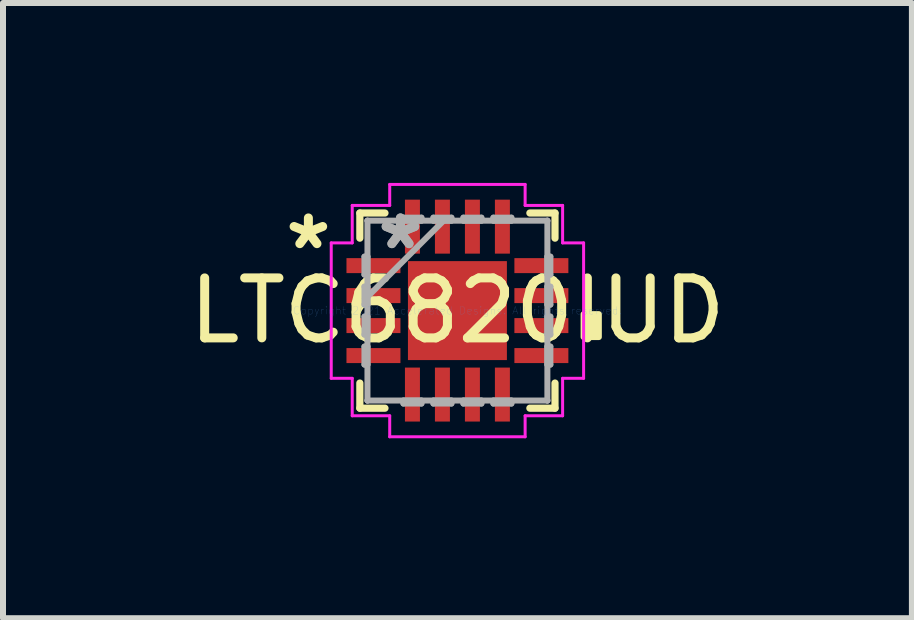
<source format=kicad_pcb>
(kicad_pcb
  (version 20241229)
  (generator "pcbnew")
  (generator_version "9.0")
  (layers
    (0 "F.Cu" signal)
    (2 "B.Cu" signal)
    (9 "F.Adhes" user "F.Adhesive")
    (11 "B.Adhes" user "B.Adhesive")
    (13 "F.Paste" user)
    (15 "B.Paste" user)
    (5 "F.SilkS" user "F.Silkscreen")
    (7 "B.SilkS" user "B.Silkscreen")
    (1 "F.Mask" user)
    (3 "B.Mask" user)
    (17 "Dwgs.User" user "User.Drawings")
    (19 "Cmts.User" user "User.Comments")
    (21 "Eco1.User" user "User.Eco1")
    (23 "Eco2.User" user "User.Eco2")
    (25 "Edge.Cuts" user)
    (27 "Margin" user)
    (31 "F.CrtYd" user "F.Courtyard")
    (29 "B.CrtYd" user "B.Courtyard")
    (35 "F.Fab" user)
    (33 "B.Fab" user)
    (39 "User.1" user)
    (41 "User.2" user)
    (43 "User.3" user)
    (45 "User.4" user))
  (footprint "LTC6820IUD"
    (layer "F.Cu")
    (at 4.577 2.129)
    (property "Reference" "LTC6820IUD" (at 0 0 0) (layer "F.SilkS") (effects (font (size 1 1) (thickness 0.15))))
    (attr through_hole)
    (fp_line (start -1.627 -1.627) (end -1.627 -1.208) (stroke (width 0.12) (type solid)) (layer "F.SilkS"))
    (fp_line (start -1.627 1.208) (end -1.627 1.627) (stroke (width 0.12) (type solid)) (layer "F.SilkS"))
    (fp_line (start -1.627 1.627) (end -1.208 1.627) (stroke (width 0.12) (type solid)) (layer "F.SilkS"))
    (fp_line (start -1.208 -1.627) (end -1.627 -1.627) (stroke (width 0.12) (type solid)) (layer "F.SilkS"))
    (fp_line (start 1.208 1.627) (end 1.627 1.627) (stroke (width 0.12) (type solid)) (layer "F.SilkS"))
    (fp_line (start 1.627 -1.627) (end 1.208 -1.627) (stroke (width 0.12) (type solid)) (layer "F.SilkS"))
    (fp_line (start 1.627 -1.208) (end 1.627 -1.627) (stroke (width 0.12) (type solid)) (layer "F.SilkS"))
    (fp_line (start 1.627 1.627) (end 1.627 1.208) (stroke (width 0.12) (type solid)) (layer "F.SilkS"))
    (fp_poly (pts (xy 2.358 0.059) (xy 2.358 0.441) (xy 2.104 0.441) (xy 2.104 0.059)) (stroke (width 0.1) (type solid)) (fill yes) (layer "F.SilkS"))
    (fp_line (start -2.104 -1.129) (end -1.754 -1.129) (stroke (width 0.05) (type solid)) (layer "F.CrtYd"))
    (fp_line (start -2.104 1.129) (end -2.104 -1.129) (stroke (width 0.05) (type solid)) (layer "F.CrtYd"))
    (fp_line (start -1.754 -1.754) (end -1.129 -1.754) (stroke (width 0.05) (type solid)) (layer "F.CrtYd"))
    (fp_line (start -1.754 -1.129) (end -1.754 -1.754) (stroke (width 0.05) (type solid)) (layer "F.CrtYd"))
    (fp_line (start -1.754 1.129) (end -2.104 1.129) (stroke (width 0.05) (type solid)) (layer "F.CrtYd"))
    (fp_line (start -1.754 1.754) (end -1.754 1.129) (stroke (width 0.05) (type solid)) (layer "F.CrtYd"))
    (fp_line (start -1.129 -2.104) (end 1.129 -2.104) (stroke (width 0.05) (type solid)) (layer "F.CrtYd"))
    (fp_line (start -1.129 -1.754) (end -1.129 -2.104) (stroke (width 0.05) (type solid)) (layer "F.CrtYd"))
    (fp_line (start -1.129 1.754) (end -1.754 1.754) (stroke (width 0.05) (type solid)) (layer "F.CrtYd"))
    (fp_line (start -1.129 2.104) (end -1.129 1.754) (stroke (width 0.05) (type solid)) (layer "F.CrtYd"))
    (fp_line (start 1.129 -2.104) (end 1.129 -1.754) (stroke (width 0.05) (type solid)) (layer "F.CrtYd"))
    (fp_line (start 1.129 -1.754) (end 1.754 -1.754) (stroke (width 0.05) (type solid)) (layer "F.CrtYd"))
    (fp_line (start 1.129 1.754) (end 1.129 2.104) (stroke (width 0.05) (type solid)) (layer "F.CrtYd"))
    (fp_line (start 1.129 2.104) (end -1.129 2.104) (stroke (width 0.05) (type solid)) (layer "F.CrtYd"))
    (fp_line (start 1.754 -1.754) (end 1.754 -1.129) (stroke (width 0.05) (type solid)) (layer "F.CrtYd"))
    (fp_line (start 1.754 -1.129) (end 2.104 -1.129) (stroke (width 0.05) (type solid)) (layer "F.CrtYd"))
    (fp_line (start 1.754 1.129) (end 1.754 1.754) (stroke (width 0.05) (type solid)) (layer "F.CrtYd"))
    (fp_line (start 1.754 1.754) (end 1.129 1.754) (stroke (width 0.05) (type solid)) (layer "F.CrtYd"))
    (fp_line (start 2.104 -1.129) (end 2.104 1.129) (stroke (width 0.05) (type solid)) (layer "F.CrtYd"))
    (fp_line (start 2.104 1.129) (end 1.754 1.129) (stroke (width 0.05) (type solid)) (layer "F.CrtYd"))
    (fp_line (start -1.55 -0.9) (end -1.55 -0.6) (stroke (width 0.1) (type solid)) (layer "F.Fab"))
    (fp_line (start -1.55 -0.6) (end -1.5 -0.6) (stroke (width 0.1) (type solid)) (layer "F.Fab"))
    (fp_line (start -1.55 -0.4) (end -1.55 -0.1) (stroke (width 0.1) (type solid)) (layer "F.Fab"))
    (fp_line (start -1.55 -0.1) (end -1.5 -0.1) (stroke (width 0.1) (type solid)) (layer "F.Fab"))
    (fp_line (start -1.55 0.1) (end -1.55 0.4) (stroke (width 0.1) (type solid)) (layer "F.Fab"))
    (fp_line (start -1.55 0.4) (end -1.5 0.4) (stroke (width 0.1) (type solid)) (layer "F.Fab"))
    (fp_line (start -1.55 0.6) (end -1.55 0.9) (stroke (width 0.1) (type solid)) (layer "F.Fab"))
    (fp_line (start -1.55 0.9) (end -1.5 0.9) (stroke (width 0.1) (type solid)) (layer "F.Fab"))
    (fp_line (start -1.5 -1.5) (end -1.5 -1.5) (stroke (width 0.1) (type solid)) (layer "F.Fab"))
    (fp_line (start -1.5 -1.5) (end -1.5 1.5) (stroke (width 0.1) (type solid)) (layer "F.Fab"))
    (fp_line (start -1.5 -0.9) (end -1.55 -0.9) (stroke (width 0.1) (type solid)) (layer "F.Fab"))
    (fp_line (start -1.5 -0.6) (end -1.5 -0.9) (stroke (width 0.1) (type solid)) (layer "F.Fab"))
    (fp_line (start -1.5 -0.4) (end -1.55 -0.4) (stroke (width 0.1) (type solid)) (layer "F.Fab"))
    (fp_line (start -1.5 -0.23) (end -0.23 -1.5) (stroke (width 0.1) (type solid)) (layer "F.Fab"))
    (fp_line (start -1.5 -0.1) (end -1.5 -0.4) (stroke (width 0.1) (type solid)) (layer "F.Fab"))
    (fp_line (start -1.5 0.1) (end -1.55 0.1) (stroke (width 0.1) (type solid)) (layer "F.Fab"))
    (fp_line (start -1.5 0.4) (end -1.5 0.1) (stroke (width 0.1) (type solid)) (layer "F.Fab"))
    (fp_line (start -1.5 0.6) (end -1.55 0.6) (stroke (width 0.1) (type solid)) (layer "F.Fab"))
    (fp_line (start -1.5 0.9) (end -1.5 0.6) (stroke (width 0.1) (type solid)) (layer "F.Fab"))
    (fp_line (start -1.5 1.5) (end -1.5 1.5) (stroke (width 0.1) (type solid)) (layer "F.Fab"))
    (fp_line (start -1.5 1.5) (end 1.5 1.5) (stroke (width 0.1) (type solid)) (layer "F.Fab"))
    (fp_line (start -0.9 -1.55) (end -0.9 -1.5) (stroke (width 0.1) (type solid)) (layer "F.Fab"))
    (fp_line (start -0.9 -1.5) (end -0.6 -1.5) (stroke (width 0.1) (type solid)) (layer "F.Fab"))
    (fp_line (start -0.9 1.5) (end -0.9 1.55) (stroke (width 0.1) (type solid)) (layer "F.Fab"))
    (fp_line (start -0.9 1.55) (end -0.6 1.55) (stroke (width 0.1) (type solid)) (layer "F.Fab"))
    (fp_line (start -0.6 -1.55) (end -0.9 -1.55) (stroke (width 0.1) (type solid)) (layer "F.Fab"))
    (fp_line (start -0.6 -1.5) (end -0.6 -1.55) (stroke (width 0.1) (type solid)) (layer "F.Fab"))
    (fp_line (start -0.6 1.5) (end -0.9 1.5) (stroke (width 0.1) (type solid)) (layer "F.Fab"))
    (fp_line (start -0.6 1.55) (end -0.6 1.5) (stroke (width 0.1) (type solid)) (layer "F.Fab"))
    (fp_line (start -0.4 -1.55) (end -0.4 -1.5) (stroke (width 0.1) (type solid)) (layer "F.Fab"))
    (fp_line (start -0.4 -1.5) (end -0.1 -1.5) (stroke (width 0.1) (type solid)) (layer "F.Fab"))
    (fp_line (start -0.4 1.5) (end -0.4 1.55) (stroke (width 0.1) (type solid)) (layer "F.Fab"))
    (fp_line (start -0.4 1.55) (end -0.1 1.55) (stroke (width 0.1) (type solid)) (layer "F.Fab"))
    (fp_line (start -0.1 -1.55) (end -0.4 -1.55) (stroke (width 0.1) (type solid)) (layer "F.Fab"))
    (fp_line (start -0.1 -1.5) (end -0.1 -1.55) (stroke (width 0.1) (type solid)) (layer "F.Fab"))
    (fp_line (start -0.1 1.5) (end -0.4 1.5) (stroke (width 0.1) (type solid)) (layer "F.Fab"))
    (fp_line (start -0.1 1.55) (end -0.1 1.5) (stroke (width 0.1) (type solid)) (layer "F.Fab"))
    (fp_line (start 0.1 -1.55) (end 0.1 -1.5) (stroke (width 0.1) (type solid)) (layer "F.Fab"))
    (fp_line (start 0.1 -1.5) (end 0.4 -1.5) (stroke (width 0.1) (type solid)) (layer "F.Fab"))
    (fp_line (start 0.1 1.5) (end 0.1 1.55) (stroke (width 0.1) (type solid)) (layer "F.Fab"))
    (fp_line (start 0.1 1.55) (end 0.4 1.55) (stroke (width 0.1) (type solid)) (layer "F.Fab"))
    (fp_line (start 0.4 -1.55) (end 0.1 -1.55) (stroke (width 0.1) (type solid)) (layer "F.Fab"))
    (fp_line (start 0.4 -1.5) (end 0.4 -1.55) (stroke (width 0.1) (type solid)) (layer "F.Fab"))
    (fp_line (start 0.4 1.5) (end 0.1 1.5) (stroke (width 0.1) (type solid)) (layer "F.Fab"))
    (fp_line (start 0.4 1.55) (end 0.4 1.5) (stroke (width 0.1) (type solid)) (layer "F.Fab"))
    (fp_line (start 0.6 -1.55) (end 0.6 -1.5) (stroke (width 0.1) (type solid)) (layer "F.Fab"))
    (fp_line (start 0.6 -1.5) (end 0.9 -1.5) (stroke (width 0.1) (type solid)) (layer "F.Fab"))
    (fp_line (start 0.6 1.5) (end 0.6 1.55) (stroke (width 0.1) (type solid)) (layer "F.Fab"))
    (fp_line (start 0.6 1.55) (end 0.9 1.55) (stroke (width 0.1) (type solid)) (layer "F.Fab"))
    (fp_line (start 0.9 -1.55) (end 0.6 -1.55) (stroke (width 0.1) (type solid)) (layer "F.Fab"))
    (fp_line (start 0.9 -1.5) (end 0.9 -1.55) (stroke (width 0.1) (type solid)) (layer "F.Fab"))
    (fp_line (start 0.9 1.5) (end 0.6 1.5) (stroke (width 0.1) (type solid)) (layer "F.Fab"))
    (fp_line (start 0.9 1.55) (end 0.9 1.5) (stroke (width 0.1) (type solid)) (layer "F.Fab"))
    (fp_line (start 1.5 -1.5) (end -1.5 -1.5) (stroke (width 0.1) (type solid)) (layer "F.Fab"))
    (fp_line (start 1.5 -1.5) (end 1.5 -1.5) (stroke (width 0.1) (type solid)) (layer "F.Fab"))
    (fp_line (start 1.5 -0.9) (end 1.5 -0.6) (stroke (width 0.1) (type solid)) (layer "F.Fab"))
    (fp_line (start 1.5 -0.6) (end 1.55 -0.6) (stroke (width 0.1) (type solid)) (layer "F.Fab"))
    (fp_line (start 1.5 -0.4) (end 1.5 -0.1) (stroke (width 0.1) (type solid)) (layer "F.Fab"))
    (fp_line (start 1.5 -0.1) (end 1.55 -0.1) (stroke (width 0.1) (type solid)) (layer "F.Fab"))
    (fp_line (start 1.5 0.1) (end 1.5 0.4) (stroke (width 0.1) (type solid)) (layer "F.Fab"))
    (fp_line (start 1.5 0.4) (end 1.55 0.4) (stroke (width 0.1) (type solid)) (layer "F.Fab"))
    (fp_line (start 1.5 0.6) (end 1.5 0.9) (stroke (width 0.1) (type solid)) (layer "F.Fab"))
    (fp_line (start 1.5 0.9) (end 1.55 0.9) (stroke (width 0.1) (type solid)) (layer "F.Fab"))
    (fp_line (start 1.5 1.5) (end 1.5 -1.5) (stroke (width 0.1) (type solid)) (layer "F.Fab"))
    (fp_line (start 1.5 1.5) (end 1.5 1.5) (stroke (width 0.1) (type solid)) (layer "F.Fab"))
    (fp_line (start 1.55 -0.9) (end 1.5 -0.9) (stroke (width 0.1) (type solid)) (layer "F.Fab"))
    (fp_line (start 1.55 -0.6) (end 1.55 -0.9) (stroke (width 0.1) (type solid)) (layer "F.Fab"))
    (fp_line (start 1.55 -0.4) (end 1.5 -0.4) (stroke (width 0.1) (type solid)) (layer "F.Fab"))
    (fp_line (start 1.55 -0.1) (end 1.55 -0.4) (stroke (width 0.1) (type solid)) (layer "F.Fab"))
    (fp_line (start 1.55 0.1) (end 1.5 0.1) (stroke (width 0.1) (type solid)) (layer "F.Fab"))
    (fp_line (start 1.55 0.4) (end 1.55 0.1) (stroke (width 0.1) (type solid)) (layer "F.Fab"))
    (fp_line (start 1.55 0.6) (end 1.5 0.6) (stroke (width 0.1) (type solid)) (layer "F.Fab"))
    (fp_line (start 1.55 0.9) (end 1.55 0.6) (stroke (width 0.1) (type solid)) (layer "F.Fab"))
    (fp_text user "*" (at -2.485 -1 0) (layer "F.SilkS") (effects (font (size 1 1) (thickness 0.15))))
    (fp_text user "Copyright 2021 Accelerated Designs. All rights reserved." (at 0 0 0) (layer "Cmts.User") (effects (font (size 0.127 0.127) (thickness 0.002))))
    (fp_text user "*" (at -0.95 -1 0) (layer "F.Fab") (effects (font (size 1 1) (thickness 0.15))))
    (fp_text user "*" (at -0.95 -1 0) (layer "F.Fab") (effects (font (size 1 1) (thickness 0.15))))
    (pad "1" smd rect (at -1.4 -0.75 90) (size 0.25 0.9) (layers "F.Cu" "F.Mask" "F.Paste"))
    (pad "2" smd rect (at -1.4 -0.25 90) (size 0.25 0.9) (layers "F.Cu" "F.Mask" "F.Paste"))
    (pad "3" smd rect (at -1.4 0.25 90) (size 0.25 0.9) (layers "F.Cu" "F.Mask" "F.Paste"))
    (pad "4" smd rect (at -1.4 0.75 90) (size 0.25 0.9) (layers "F.Cu" "F.Mask" "F.Paste"))
    (pad "5" smd rect (at -0.75 1.4) (size 0.25 0.9) (layers "F.Cu" "F.Mask" "F.Paste"))
    (pad "6" smd rect (at -0.25 1.4) (size 0.25 0.9) (layers "F.Cu" "F.Mask" "F.Paste"))
    (pad "7" smd rect (at 0.25 1.4) (size 0.25 0.9) (layers "F.Cu" "F.Mask" "F.Paste"))
    (pad "8" smd rect (at 0.75 1.4) (size 0.25 0.9) (layers "F.Cu" "F.Mask" "F.Paste"))
    (pad "9" smd rect (at 1.4 0.75 90) (size 0.25 0.9) (layers "F.Cu" "F.Mask" "F.Paste"))
    (pad "10" smd rect (at 1.4 0.25 90) (size 0.25 0.9) (layers "F.Cu" "F.Mask" "F.Paste"))
    (pad "11" smd rect (at 1.4 -0.25 90) (size 0.25 0.9) (layers "F.Cu" "F.Mask" "F.Paste"))
    (pad "12" smd rect (at 1.4 -0.75 90) (size 0.25 0.9) (layers "F.Cu" "F.Mask" "F.Paste"))
    (pad "13" smd rect (at 0.75 -1.4) (size 0.25 0.9) (layers "F.Cu" "F.Mask" "F.Paste"))
    (pad "14" smd rect (at 0.25 -1.4) (size 0.25 0.9) (layers "F.Cu" "F.Mask" "F.Paste"))
    (pad "15" smd rect (at -0.25 -1.4) (size 0.25 0.9) (layers "F.Cu" "F.Mask" "F.Paste"))
    (pad "16" smd rect (at -0.75 -1.4) (size 0.25 0.9) (layers "F.Cu" "F.Mask" "F.Paste"))
    (pad "17" smd rect (at 0 0) (size 1.65 1.65) (layers "F.Cu" "F.Mask" "F.Paste")))
  (gr_rect
    (start -3 -3)
    (end 12.155 7.258)
    (stroke (width 0.1) (type default))
    (fill no)
    (layer "Edge.Cuts")))
</source>
